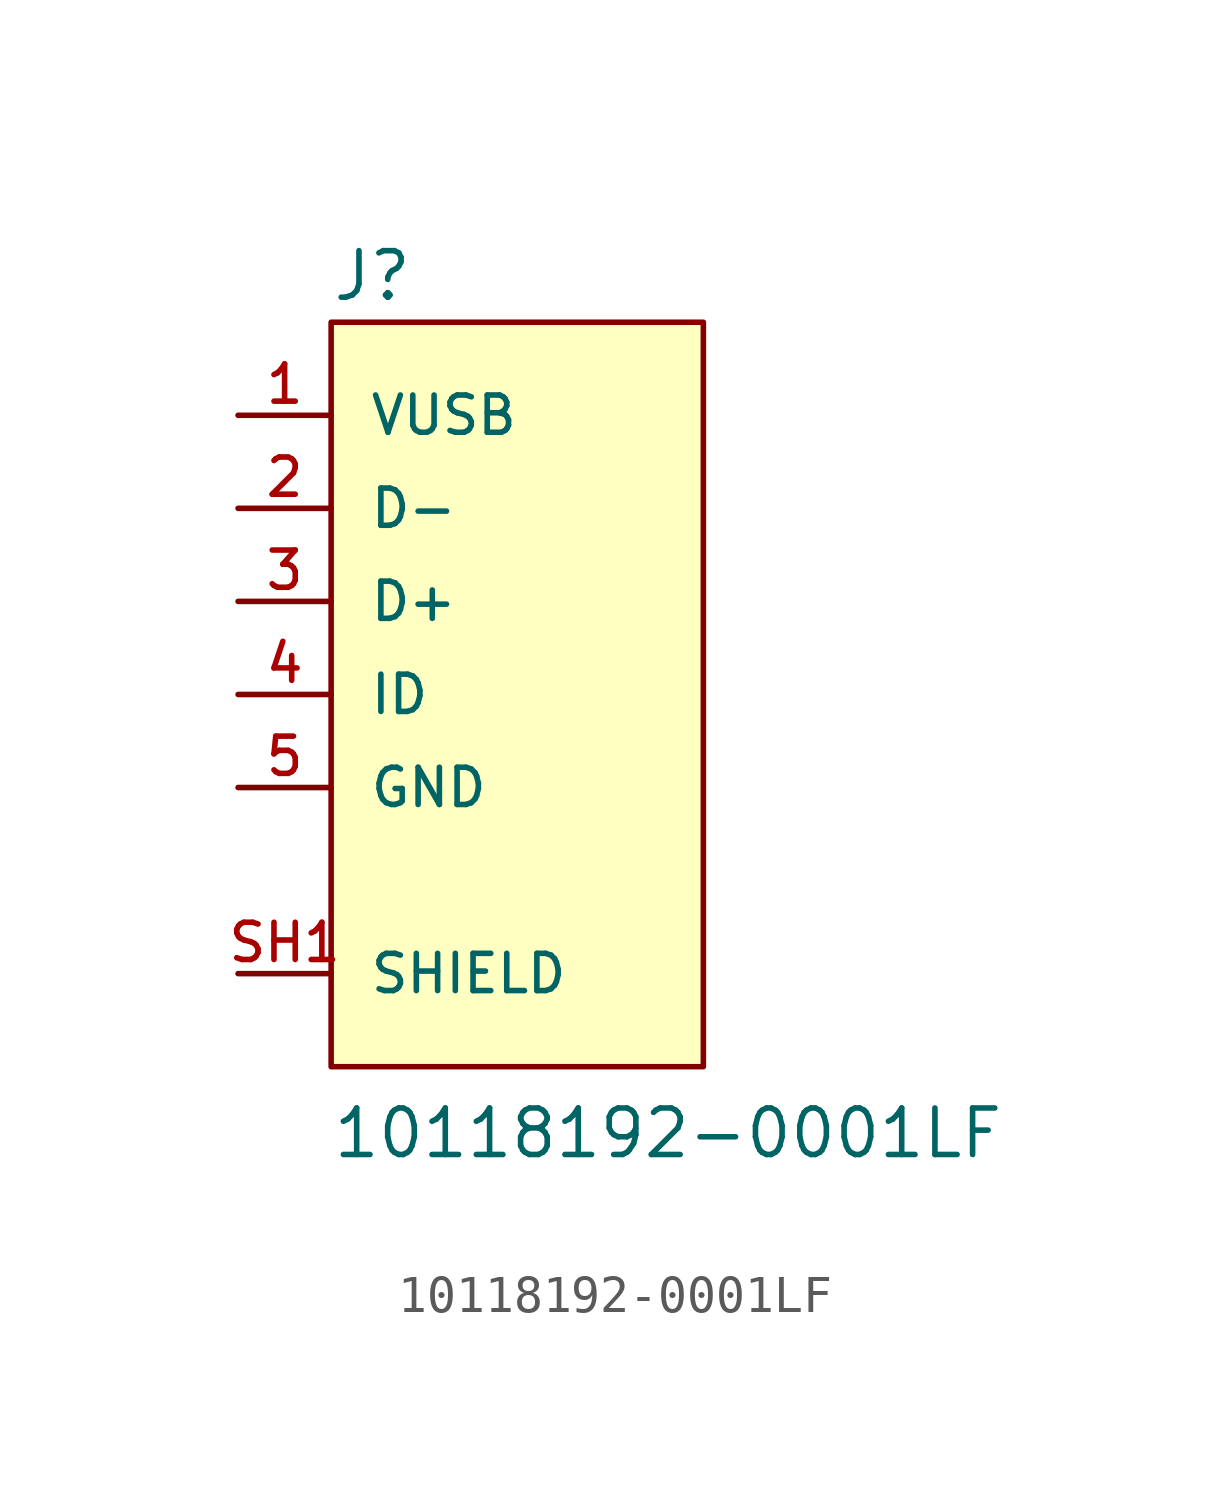
<source format=kicad_sym>
(kicad_symbol_lib
  (version 20211014)
  (generator kicad_symbol_editor)
  (symbol "10118192-0001LF"
    (pin_names
      (offset 1.016))
    (property "Reference" "J"
      (at -5.086 10.681 0)
      (effects (font (size 1.27 1.27)) (justify bottom left)))
    (property "Value" "10118192-0001LF"
      (at -5.088 -12.72 0)
      (effects (font (size 1.27 1.27)) (justify bottom left)))
    (symbol "10118192-0001LF_0_0"
      (rectangle (start -5.08 -10.16) (end 5.08 10.16) (stroke (width 0.152)) (fill (type background)))
      (pin passive line (at -7.62 7.62 0) (length 2.54) (name "VUSB" (effects (font (size 1.016 1.016)))) (number "1" (effects (font (size 1.016 1.016)))))
      (pin passive line (at -7.62 5.08 0) (length 2.54) (name "D-" (effects (font (size 1.016 1.016)))) (number "2" (effects (font (size 1.016 1.016)))))
      (pin passive line (at -7.62 2.54 0) (length 2.54) (name "D+" (effects (font (size 1.016 1.016)))) (number "3" (effects (font (size 1.016 1.016)))))
      (pin passive line (at -7.62 0.0 0) (length 2.54) (name "ID" (effects (font (size 1.016 1.016)))) (number "4" (effects (font (size 1.016 1.016)))))
      (pin passive line (at -7.62 -2.54 0) (length 2.54) (name "GND" (effects (font (size 1.016 1.016)))) (number "5" (effects (font (size 1.016 1.016)))))
      (pin passive line (at -7.62 -7.62 0) (length 2.54) (name "SHIELD" (effects (font (size 1.016 1.016)))) (number "SH1" (effects (font (size 1.016 1.016)))))
      (pin passive line (at -7.62 -7.62 0) (length 2.54) hide (name "SHIELD" (effects (font (size 1.016 1.016)))) (number "SH2" (effects (font (size 1.016 1.016)))))
      (pin passive line (at -7.62 -7.62 0) (length 2.54) hide (name "SHIELD" (effects (font (size 1.016 1.016)))) (number "SH3" (effects (font (size 1.016 1.016)))))
      (pin passive line (at -7.62 -7.62 0) (length 2.54) hide (name "SHIELD" (effects (font (size 1.016 1.016)))) (number "SH4" (effects (font (size 1.016 1.016)))))
      (pin passive line (at -7.62 -7.62 0) (length 2.54) hide (name "SHIELD" (effects (font (size 1.016 1.016)))) (number "SH5" (effects (font (size 1.016 1.016)))))
      (pin passive line (at -7.62 -7.62 0) (length 2.54) hide (name "SHIELD" (effects (font (size 1.016 1.016)))) (number "SH6" (effects (font (size 1.016 1.016))))))))
</source>
